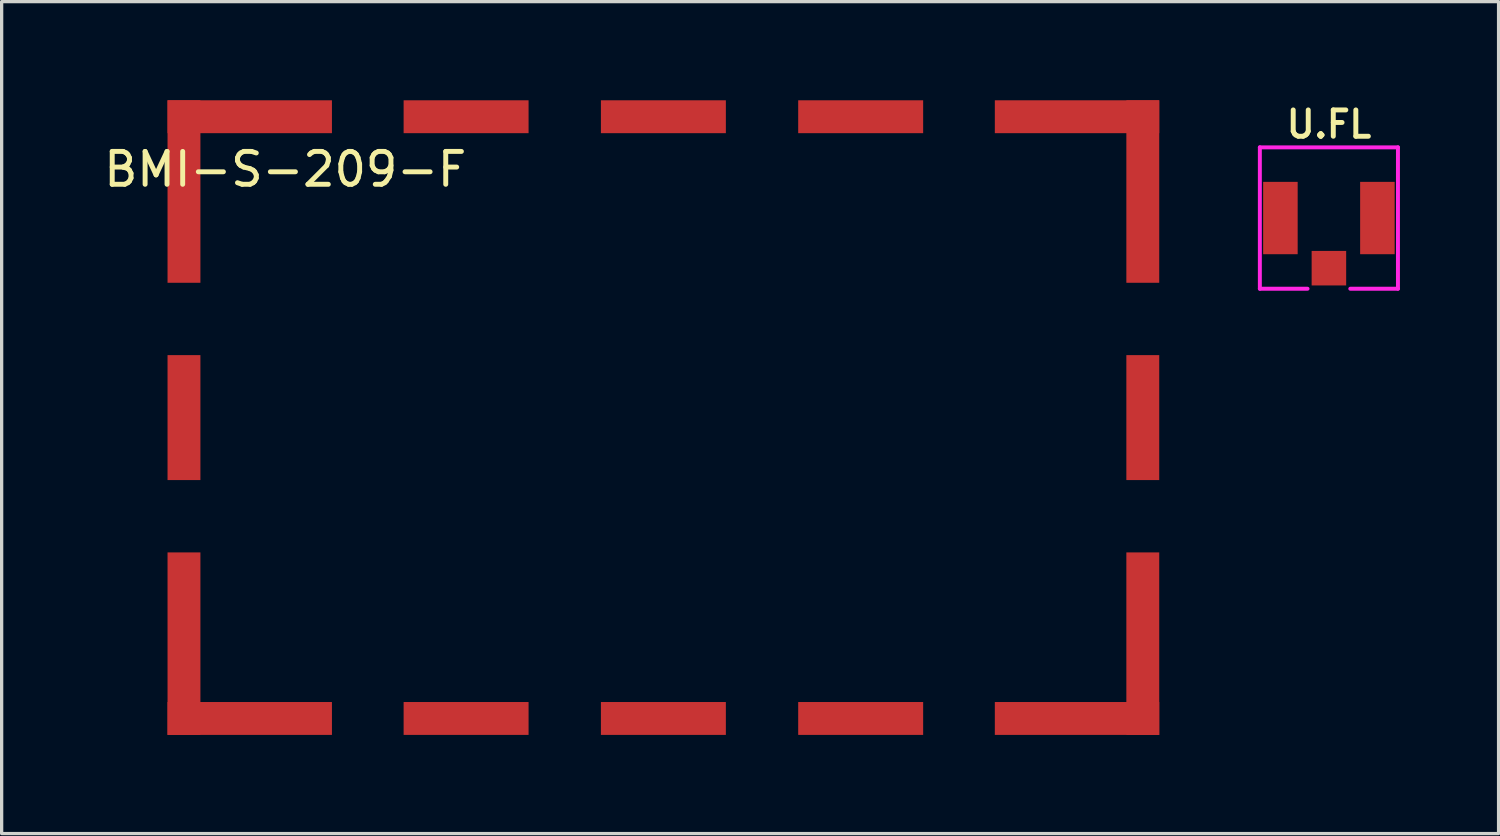
<source format=kicad_pcb>
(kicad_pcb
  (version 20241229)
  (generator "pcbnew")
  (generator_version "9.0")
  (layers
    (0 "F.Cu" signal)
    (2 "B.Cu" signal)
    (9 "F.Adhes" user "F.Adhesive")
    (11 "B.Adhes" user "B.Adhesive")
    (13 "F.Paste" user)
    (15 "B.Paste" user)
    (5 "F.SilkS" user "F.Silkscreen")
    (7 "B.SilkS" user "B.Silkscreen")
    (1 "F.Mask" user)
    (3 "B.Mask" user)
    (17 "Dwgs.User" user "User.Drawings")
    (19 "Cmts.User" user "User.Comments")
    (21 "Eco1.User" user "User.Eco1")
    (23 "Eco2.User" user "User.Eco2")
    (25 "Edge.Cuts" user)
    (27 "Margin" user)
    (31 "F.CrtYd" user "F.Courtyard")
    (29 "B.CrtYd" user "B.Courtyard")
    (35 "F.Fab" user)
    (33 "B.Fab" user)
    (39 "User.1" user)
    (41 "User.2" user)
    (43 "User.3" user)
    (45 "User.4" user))
  (footprint "BMI-S-209-F"
    (layer "F.Cu")
    (at 17.125 9.65)
    (property "Reference" "BMI-S-209-F" (at -11.5 -7.55 0) (layer "F.SilkS") (effects (font (size 1 1) (thickness 0.15))))
    (attr through_hole)
    (pad "1" smd rect (at -15.08 -9.65) (size 1 5.55) (drill (offset 0.5 2.775)) (layers "F.Cu" "F.Mask" "F.Paste"))
    (pad "1" smd rect (at -15.08 -9.65) (size 5 1) (drill (offset 2.5 0.5)) (layers "F.Cu" "F.Mask" "F.Paste"))
    (pad "1" smd rect (at -15.08 0) (size 1 3.8) (drill (offset 0.5 0)) (layers "F.Cu" "F.Mask" "F.Paste"))
    (pad "1" smd rect (at -15.08 9.65) (size 1 5.55) (drill (offset 0.5 -2.775)) (layers "F.Cu" "F.Mask" "F.Paste"))
    (pad "1" smd rect (at -15.08 9.65) (size 5 1) (drill (offset 2.5 -0.5)) (layers "F.Cu" "F.Mask" "F.Paste"))
    (pad "1" smd rect (at -7.9 -9.65) (size 3.8 1) (drill (offset 1.9 0.5)) (layers "F.Cu" "F.Mask" "F.Paste"))
    (pad "1" smd rect (at -7.9 9.65) (size 3.8 1) (drill (offset 1.9 -0.5)) (layers "F.Cu" "F.Mask" "F.Paste"))
    (pad "1" smd rect (at 0 -9.65) (size 3.8 1) (drill (offset 0 0.5)) (layers "F.Cu" "F.Mask" "F.Paste"))
    (pad "1" smd rect (at 0 9.65) (size 3.8 1) (drill (offset 0 -0.5)) (layers "F.Cu" "F.Mask" "F.Paste"))
    (pad "1" smd rect (at 7.9 -9.65) (size 3.8 1) (drill (offset -1.9 0.5)) (layers "F.Cu" "F.Mask" "F.Paste"))
    (pad "1" smd rect (at 7.9 9.65) (size 3.8 1) (drill (offset -1.9 -0.5)) (layers "F.Cu" "F.Mask" "F.Paste"))
    (pad "1" smd rect (at 15.08 -9.65) (size 1 5.55) (drill (offset -0.5 2.775)) (layers "F.Cu" "F.Mask" "F.Paste"))
    (pad "1" smd rect (at 15.08 -9.65) (size 5 1) (drill (offset -2.5 0.5)) (layers "F.Cu" "F.Mask" "F.Paste"))
    (pad "1" smd rect (at 15.08 0) (size 1 3.8) (drill (offset -0.5 0)) (layers "F.Cu" "F.Mask" "F.Paste"))
    (pad "1" smd rect (at 15.08 9.65) (size 1 5.55) (drill (offset -0.5 -2.775)) (layers "F.Cu" "F.Mask" "F.Paste"))
    (pad "1" smd rect (at 15.08 9.65) (size 5 1) (drill (offset -2.5 -0.5)) (layers "F.Cu" "F.Mask" "F.Paste")))
  (footprint "U.FL"
    (layer "F.Cu")
    (at 37.365 3.581)
    (property "Reference" "U.FL" (at 0 -2.85 0) (layer "F.SilkS") (effects (font (size 0.8 0.8) (thickness 0.15))))
    (attr through_hole)
    (fp_line (start -2.1 -2.15) (end -2.1 2.15) (stroke (width 0.12) (type solid)) (layer "F.CrtYd"))
    (fp_line (start -2.1 -2.15) (end 2.1 -2.15) (stroke (width 0.12) (type solid)) (layer "F.CrtYd"))
    (fp_line (start -2.1 2.15) (end -0.65 2.15) (stroke (width 0.12) (type solid)) (layer "F.CrtYd"))
    (fp_line (start 2.1 -2.15) (end 2.1 2.15) (stroke (width 0.12) (type solid)) (layer "F.CrtYd"))
    (fp_line (start 2.1 2.15) (end 0.65 2.15) (stroke (width 0.12) (type solid)) (layer "F.CrtYd"))
    (pad "1" smd rect (at 0 1.525) (size 1.05 1.05) (layers "F.Cu" "F.Mask" "F.Paste"))
    (pad "2" smd rect (at -1.475 0) (size 1.05 2.2) (layers "F.Cu" "F.Mask" "F.Paste"))
    (pad "2" smd rect (at 1.475 0) (size 1.05 2.2) (layers "F.Cu" "F.Mask" "F.Paste")))
  (gr_rect
    (start -3 -3)
    (end 42.525 22.3)
    (stroke (width 0.1) (type default))
    (fill no)
    (layer "Edge.Cuts")))
</source>
